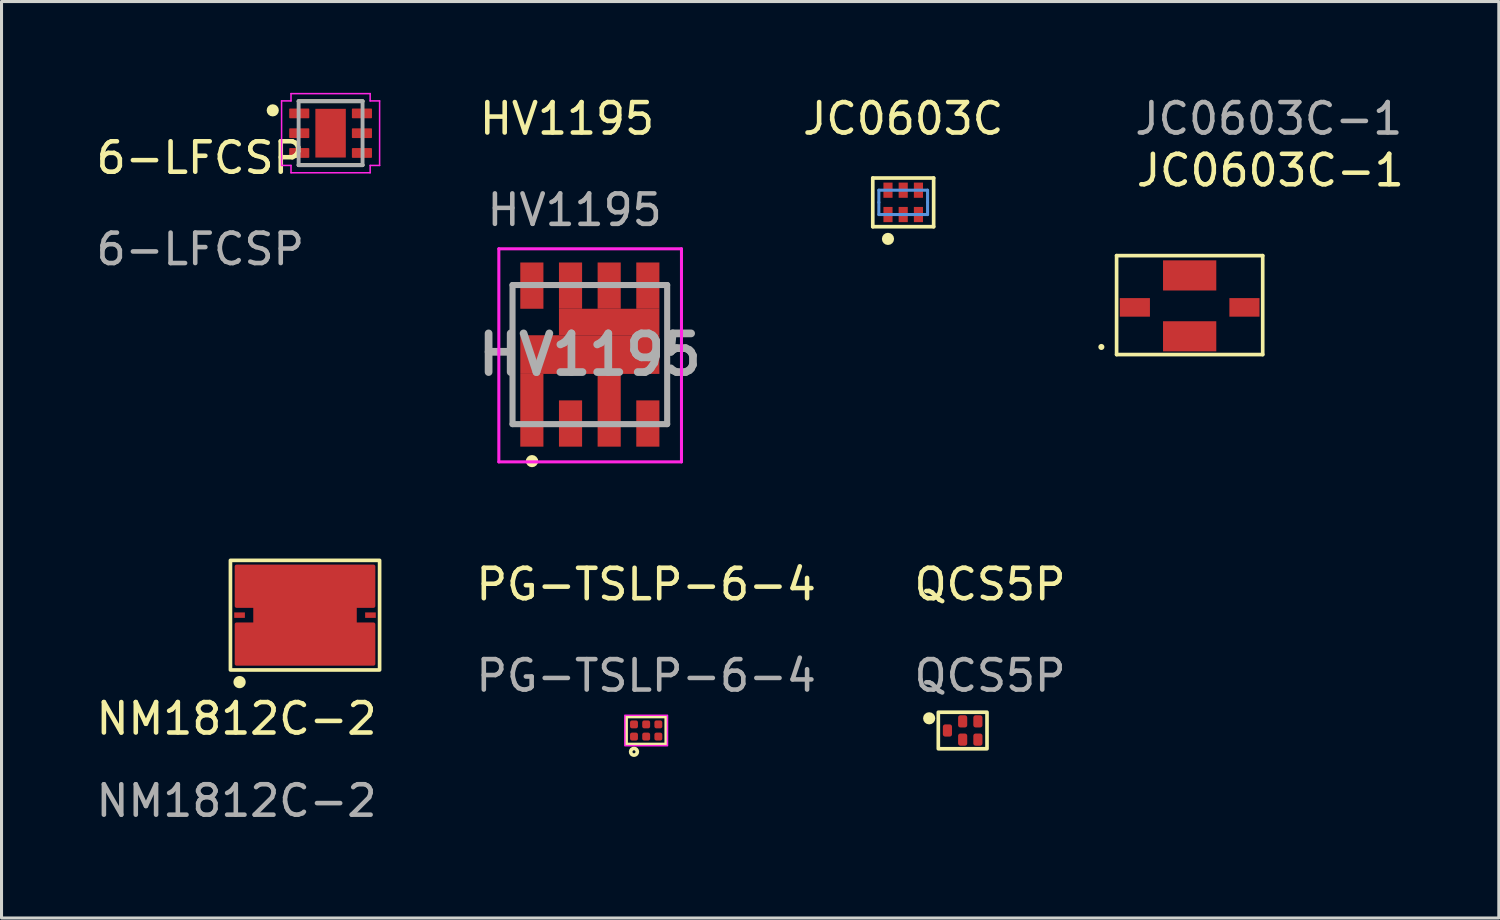
<source format=kicad_pcb>
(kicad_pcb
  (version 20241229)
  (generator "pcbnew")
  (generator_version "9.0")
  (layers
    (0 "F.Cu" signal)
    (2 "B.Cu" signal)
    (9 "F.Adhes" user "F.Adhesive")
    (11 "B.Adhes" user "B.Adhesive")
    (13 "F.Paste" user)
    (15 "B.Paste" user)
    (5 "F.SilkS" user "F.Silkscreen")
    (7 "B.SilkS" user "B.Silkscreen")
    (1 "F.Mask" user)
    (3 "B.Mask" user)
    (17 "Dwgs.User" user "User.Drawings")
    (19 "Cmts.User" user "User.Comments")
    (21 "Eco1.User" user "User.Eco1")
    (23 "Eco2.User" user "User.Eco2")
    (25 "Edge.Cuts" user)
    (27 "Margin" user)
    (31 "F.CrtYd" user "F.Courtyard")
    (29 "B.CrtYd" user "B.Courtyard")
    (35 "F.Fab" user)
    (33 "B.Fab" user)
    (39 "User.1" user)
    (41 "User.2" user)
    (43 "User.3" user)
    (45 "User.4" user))
  (footprint "NM1812C-2"
    (layer "F.Cu")
    (at 4.72 20.758)
    (property "Reference" "NM1812C-2" (at 0 -0.2 0) (unlocked yes) (layer "F.SilkS") (effects (font (size 1 1) (thickness 0.15))))
    (attr smd)
    (fp_poly (pts (xy 4.5 -3.9) (xy 3.89 -3.9) (xy 3.89 -3.3) (xy 4.5 -3.3) (xy 4.5 -2) (xy 0 -2) (xy 0 -3.3) (xy 0.61 -3.3) (xy 0.61 -3.9) (xy 0 -3.9) (xy 0 -5.2) (xy 4.5 -5.2)) (stroke (width 0.12) (type solid)) (fill yes) (layer "F.Cu"))
    (fp_rect (start -0.2 -1.8) (end 4.7 -5.4) (stroke (width 0.12) (type solid)) (fill no) (layer "F.SilkS"))
    (fp_circle (center 0.1 -1.4) (end 0.241 -1.4) (stroke (width 0.12) (type solid)) (fill yes) (layer "F.SilkS"))
    (fp_text user "${REFERENCE}" (at 0 2.5 0) (unlocked yes) (layer "F.Fab") (effects (font (size 1 1) (thickness 0.15))))
    (pad "1" smd rect (at 0.1 -3.6) (size 0.35 0.18) (layers "F.Cu" "F.Mask" "F.Paste"))
    (pad "2" smd rect (at 4.4 -3.6) (size 0.35 0.18) (layers "F.Cu" "F.Mask" "F.Paste"))
    (pad "3" smd roundrect (at 2.2 -3.6) (size 0.35 0.18) (layers "F.Cu" "F.Mask" "F.Paste") (roundrect_rratio 0.25)))
  (footprint "JC0603C"
    (layer "F.Cu")
    (at 26.621 3.598)
    (property "Reference" "JC0603C" (at 0 -2.75 180) (layer "F.SilkS") (effects (font (size 1 1) (thickness 0.15))))
    (attr through_hole)
    (fp_line (start -1 -0.8) (end -1 0.8) (stroke (width 0.12) (type solid)) (layer "F.SilkS"))
    (fp_line (start -1 0.8) (end 1 0.8) (stroke (width 0.12) (type solid)) (layer "F.SilkS"))
    (fp_line (start 1 -0.8) (end -1 -0.8) (stroke (width 0.12) (type solid)) (layer "F.SilkS"))
    (fp_line (start 1 0.8) (end 1 -0.8) (stroke (width 0.12) (type solid)) (layer "F.SilkS"))
    (fp_circle (center -0.5 1.2) (end -0.4 1.2) (stroke (width 0.2) (type solid)) (fill no) (layer "F.SilkS"))
    (fp_line (start -0.8 -0.4) (end 0.8 -0.4) (stroke (width 0.1) (type solid)) (layer "Cmts.User"))
    (fp_line (start -0.8 0) (end -0.8 -0.4) (stroke (width 0.1) (type solid)) (layer "Cmts.User"))
    (fp_line (start -0.8 0.4) (end -0.8 0) (stroke (width 0.1) (type solid)) (layer "Cmts.User"))
    (fp_line (start -0.8 0.4) (end 0.8 0.4) (stroke (width 0.1) (type solid)) (layer "Cmts.User"))
    (fp_line (start 0.8 0) (end 0.8 -0.4) (stroke (width 0.1) (type solid)) (layer "Cmts.User"))
    (fp_line (start 0.8 0.4) (end 0.8 0) (stroke (width 0.1) (type solid)) (layer "Cmts.User"))
    (pad "1" smd rect (at -0.5 0.4) (size 0.3 0.5) (layers "F.Cu" "F.Mask" "F.Paste"))
    (pad "2" smd rect (at 0 0.4) (size 0.3 0.5) (layers "F.Cu" "F.Mask" "F.Paste"))
    (pad "3" smd rect (at 0.5 0.4) (size 0.3 0.5) (layers "F.Cu" "F.Mask" "F.Paste"))
    (pad "4" smd rect (at 0.5 -0.4) (size 0.3 0.5) (layers "F.Cu" "F.Mask" "F.Paste"))
    (pad "5" smd rect (at 0 -0.4) (size 0.3 0.5) (layers "F.Cu" "F.Mask" "F.Paste"))
    (pad "6" smd rect (at -0.5 -0.4) (size 0.3 0.5) (layers "F.Cu" "F.Mask" "F.Paste")))
  (footprint "PG-TSLP-6-4"
    (layer "F.Cu")
    (at 18.177 20.947)
    (property "Reference" "PG-TSLP-6-4" (at 0 -4.8 0) (unlocked yes) (layer "F.SilkS") (effects (font (size 1 1) (thickness 0.15))))
    (attr smd)
    (fp_rect (start -0.65 -0.45) (end 0.65 0.45) (stroke (width 0.1) (type solid)) (fill no) (layer "F.SilkS"))
    (fp_circle (center -0.4 0.7) (end -0.45 0.7) (stroke (width 0.12) (type solid)) (fill no) (layer "F.SilkS"))
    (fp_rect (start -0.7 -0.5) (end 0.7 0.5) (stroke (width 0.05) (type solid)) (fill no) (layer "F.CrtYd"))
    (fp_text user "${REFERENCE}" (at 0 -1.8 0) (unlocked yes) (layer "F.Fab") (effects (font (size 1 1) (thickness 0.15))))
    (pad "1" smd roundrect (at -0.4 0.2) (size 0.26 0.26) (layers "F.Cu" "F.Mask" "F.Paste") (roundrect_rratio 0.25))
    (pad "2" smd roundrect (at 0 0.2 90) (size 0.26 0.26) (layers "F.Cu" "F.Mask" "F.Paste") (roundrect_rratio 0.25))
    (pad "3" smd roundrect (at 0.4 0.2 90) (size 0.26 0.26) (layers "F.Cu" "F.Mask" "F.Paste") (roundrect_rratio 0.25))
    (pad "4" smd roundrect (at 0.4 -0.2 90) (size 0.26 0.26) (layers "F.Cu" "F.Mask" "F.Paste") (roundrect_rratio 0.25))
    (pad "5" smd roundrect (at 0 -0.2 90) (size 0.26 0.26) (layers "F.Cu" "F.Mask" "F.Paste") (roundrect_rratio 0.25))
    (pad "6" smd roundrect (at -0.4 -0.2 270) (size 0.26 0.26) (layers "F.Cu" "F.Mask" "F.Paste") (roundrect_rratio 0.25)))
  (footprint "6-LFCSP"
    (layer "F.Cu")
    (at 3.53 2.636)
    (property "Reference" "6-LFCSP" (at 0 -0.5 0) (unlocked yes) (layer "F.SilkS") (effects (font (size 1 1) (thickness 0.15))))
    (attr smd)
    (fp_line (start 3.23 -2.361) (end 5.33 -2.361) (stroke (width 0.127) (type solid)) (layer "F.SilkS"))
    (fp_line (start 5.33 -0.261) (end 3.23 -0.261) (stroke (width 0.127) (type solid)) (layer "F.SilkS"))
    (fp_circle (center 2.38 -2.061) (end 2.48 -2.061) (stroke (width 0.2) (type solid)) (fill no) (layer "F.SilkS"))
    (fp_poly (pts (xy 3.959 -1.821) (xy 4.6 -1.821) (xy 4.6 -0.8) (xy 3.959 -0.8)) (stroke (width 0.01) (type solid)) (fill yes) (layer "F.Paste"))
    (fp_line (start 2.67 -2.371) (end 2.98 -2.371) (stroke (width 0.05) (type solid)) (layer "F.CrtYd"))
    (fp_line (start 2.67 -0.251) (end 2.67 -2.371) (stroke (width 0.05) (type solid)) (layer "F.CrtYd"))
    (fp_line (start 2.98 -2.611) (end 5.58 -2.611) (stroke (width 0.05) (type solid)) (layer "F.CrtYd"))
    (fp_line (start 2.98 -2.371) (end 2.98 -2.611) (stroke (width 0.05) (type solid)) (layer "F.CrtYd"))
    (fp_line (start 2.98 -0.251) (end 2.67 -0.251) (stroke (width 0.05) (type solid)) (layer "F.CrtYd"))
    (fp_line (start 2.98 -0.011) (end 2.98 -0.251) (stroke (width 0.05) (type solid)) (layer "F.CrtYd"))
    (fp_line (start 5.58 -2.611) (end 5.58 -2.371) (stroke (width 0.05) (type solid)) (layer "F.CrtYd"))
    (fp_line (start 5.58 -2.371) (end 5.89 -2.371) (stroke (width 0.05) (type solid)) (layer "F.CrtYd"))
    (fp_line (start 5.58 -0.251) (end 5.58 -0.011) (stroke (width 0.05) (type solid)) (layer "F.CrtYd"))
    (fp_line (start 5.58 -0.011) (end 2.98 -0.011) (stroke (width 0.05) (type solid)) (layer "F.CrtYd"))
    (fp_line (start 5.89 -2.371) (end 5.89 -0.251) (stroke (width 0.05) (type solid)) (layer "F.CrtYd"))
    (fp_line (start 5.89 -0.251) (end 5.58 -0.251) (stroke (width 0.05) (type solid)) (layer "F.CrtYd"))
    (fp_line (start 3.23 -2.361) (end 5.33 -2.361) (stroke (width 0.127) (type solid)) (layer "F.Fab"))
    (fp_line (start 3.23 -0.261) (end 3.23 -2.361) (stroke (width 0.127) (type solid)) (layer "F.Fab"))
    (fp_line (start 5.33 -2.361) (end 5.33 -0.261) (stroke (width 0.127) (type solid)) (layer "F.Fab"))
    (fp_line (start 5.33 -0.261) (end 3.23 -0.261) (stroke (width 0.127) (type solid)) (layer "F.Fab"))
    (fp_text user "${REFERENCE}" (at 0 2.5 0) (unlocked yes) (layer "F.Fab") (effects (font (size 1 1) (thickness 0.15))))
    (pad "1" smd roundrect (at 3.25 -1.961 90) (size 0.32 0.66) (layers "F.Cu" "F.Mask" "F.Paste") (roundrect_rratio 0.08))
    (pad "2" smd roundrect (at 3.25 -1.311 90) (size 0.32 0.66) (layers "F.Cu" "F.Mask" "F.Paste") (roundrect_rratio 0.08))
    (pad "3" smd roundrect (at 3.25 -0.661 90) (size 0.32 0.66) (layers "F.Cu" "F.Mask" "F.Paste") (roundrect_rratio 0.08))
    (pad "4" smd roundrect (at 5.31 -0.661 90) (size 0.32 0.66) (layers "F.Cu" "F.Mask" "F.Paste") (roundrect_rratio 0.08))
    (pad "5" smd roundrect (at 5.31 -1.311 90) (size 0.32 0.66) (layers "F.Cu" "F.Mask" "F.Paste") (roundrect_rratio 0.08))
    (pad "6" smd rect (at 4.28 -1.311 90) (size 1.6 1) (layers "F.Cu" "F.Mask"))
    (pad "6" smd roundrect (at 5.31 -1.961 90) (size 0.32 0.66) (layers "F.Cu" "F.Mask" "F.Paste") (roundrect_rratio 0.08)))
  (footprint "HV1195"
    (layer "F.Cu")
    (at 16.327 8.598)
    (property "Reference" "HV1195" (at -0.75 -7.75 0) (unlocked yes) (layer "F.SilkS") (effects (font (size 1 1) (thickness 0.15))))
    (attr smd)
    (fp_line (start -2.54 -2.285) (end -2.54 2.265) (stroke (width 0.1) (type solid)) (layer "F.SilkS"))
    (fp_line (start -1.8 3.5) (end -1.8 3.5) (stroke (width 0.2) (type solid)) (layer "F.SilkS"))
    (fp_line (start 2.54 -2.285) (end 2.54 2.265) (stroke (width 0.1) (type solid)) (layer "F.SilkS"))
    (fp_arc (start -2 3.5) (mid -1.9 3.4) (end -1.8 3.5) (stroke (width 0.2) (type solid)) (layer "F.SilkS"))
    (fp_arc (start -1.8 3.5) (mid -1.9 3.6) (end -2 3.5) (stroke (width 0.2) (type solid)) (layer "F.SilkS"))
    (fp_line (start -2.99 -3.475) (end 3.01 -3.475) (stroke (width 0.1) (type solid)) (layer "F.CrtYd"))
    (fp_line (start -2.99 3.525) (end -2.99 -3.475) (stroke (width 0.1) (type solid)) (layer "F.CrtYd"))
    (fp_line (start 3.01 -3.475) (end 3.01 3.525) (stroke (width 0.1) (type solid)) (layer "F.CrtYd"))
    (fp_line (start 3.01 3.525) (end -2.99 3.525) (stroke (width 0.1) (type solid)) (layer "F.CrtYd"))
    (fp_line (start -2.54 -2.285) (end 2.54 -2.285) (stroke (width 0.2) (type solid)) (layer "F.Fab"))
    (fp_line (start -2.54 2.285) (end -2.54 -2.285) (stroke (width 0.2) (type solid)) (layer "F.Fab"))
    (fp_line (start 2.54 -2.285) (end 2.54 2.285) (stroke (width 0.2) (type solid)) (layer "F.Fab"))
    (fp_line (start 2.54 2.285) (end -2.54 2.285) (stroke (width 0.2) (type solid)) (layer "F.Fab"))
    (fp_text user "${REFERENCE}" (at -0.5 -4.75 0) (unlocked yes) (layer "F.Fab") (effects (font (size 1 1) (thickness 0.15))))
    (fp_text user "${REFERENCE}" (at 0 0 0) (layer "F.Fab") (effects (font (size 1.27 1.27) (thickness 0.254))))
    (pad "1" smd rect (at -1.905 1.83) (size 0.76 2.39) (layers "F.Cu" "F.Mask" "F.Paste"))
    (pad "1" smd rect (at -0.635 -2.265) (size 0.76 1.52) (layers "F.Cu" "F.Mask" "F.Paste"))
    (pad "1" smd rect (at 0 0 90) (size 1.27 4.57) (layers "F.Cu" "F.Mask" "F.Paste"))
    (pad "1" smd rect (at 0.635 -2.265) (size 0.76 1.52) (layers "F.Cu" "F.Mask" "F.Paste"))
    (pad "1" smd rect (at 0.635 -1.07 90) (size 0.87 3.3) (layers "F.Cu" "F.Mask" "F.Paste"))
    (pad "1" smd rect (at 0.635 1.83) (size 0.76 2.39) (layers "F.Cu" "F.Mask" "F.Paste"))
    (pad "1" smd rect (at 1.905 -2.265) (size 0.76 1.52) (layers "F.Cu" "F.Mask" "F.Paste"))
    (pad "2" smd rect (at -0.635 2.265) (size 0.76 1.52) (layers "F.Cu" "F.Mask" "F.Paste"))
    (pad "4" smd rect (at 1.905 2.265) (size 0.76 1.52) (layers "F.Cu" "F.Mask" "F.Paste"))
    (pad "8" smd rect (at -1.905 -2.265) (size 0.76 1.52) (layers "F.Cu" "F.Mask" "F.Paste")))
  (footprint "QCS5P"
    (layer "F.Cu")
    (at 27.874 21.447)
    (property "Reference" "QCS5P" (at 1.6 -5.3 0) (unlocked yes) (layer "F.SilkS") (effects (font (size 1 1) (thickness 0.15))))
    (attr smd)
    (fp_rect (start -0.1 0.1) (end 1.5 -1.1) (stroke (width 0.12) (type solid)) (fill no) (layer "F.SilkS"))
    (fp_circle (center -0.4 -0.9) (end -0.4 -0.9) (stroke (width 0.2) (type solid)) (fill no) (layer "F.SilkS"))
    (fp_text user "${REFERENCE}" (at 1.6 -2.3 0) (unlocked yes) (layer "F.Fab") (effects (font (size 1 1) (thickness 0.15))))
    (pad "1" smd roundrect (at 0.2 -0.5) (size 0.3 0.4) (layers "F.Cu" "F.Mask" "F.Paste") (roundrect_rratio 0.25))
    (pad "2" smd roundrect (at 0.7 -0.2) (size 0.3 0.4) (layers "F.Cu" "F.Mask" "F.Paste") (roundrect_rratio 0.25))
    (pad "3" smd roundrect (at 1.2 -0.2) (size 0.3 0.4) (layers "F.Cu" "F.Mask" "F.Paste") (roundrect_rratio 0.25))
    (pad "4" smd roundrect (at 1.2 -0.8) (size 0.3 0.4) (layers "F.Cu" "F.Mask" "F.Paste") (roundrect_rratio 0.25))
    (pad "5" smd roundrect (at 0.7 -0.8) (size 0.3 0.4) (layers "F.Cu" "F.Mask" "F.Paste") (roundrect_rratio 0.25)))
  (footprint "JC0603C-1"
    (layer "F.Cu")
    (at 36.031 6.998)
    (property "Reference" "JC0603C-1" (at 2.65 -4.45 0) (unlocked yes) (layer "F.SilkS") (effects (font (size 1 1) (thickness 0.15))))
    (attr smd)
    (fp_line (start -2.9 1.35) (end -2.9 1.35) (stroke (width 0.2) (type solid)) (layer "F.SilkS"))
    (fp_line (start -2.4 -1.65) (end -2.4 1.6) (stroke (width 0.12) (type solid)) (layer "F.SilkS"))
    (fp_line (start -2.4 1.6) (end 2.4 1.6) (stroke (width 0.12) (type solid)) (layer "F.SilkS"))
    (fp_line (start 2.4 -1.65) (end -2.4 -1.65) (stroke (width 0.12) (type solid)) (layer "F.SilkS"))
    (fp_line (start 2.4 1.6) (end 2.4 -1.65) (stroke (width 0.12) (type solid)) (layer "F.SilkS"))
    (fp_text user "${REFERENCE}" (at 2.6 -6.15 0) (unlocked yes) (layer "F.Fab") (effects (font (size 1 1) (thickness 0.15))))
    (pad "1" smd rect (at -1.8 0.05) (size 0.99 0.61) (layers "F.Cu" "F.Mask" "F.Paste"))
    (pad "2" smd rect (at 0 1) (size 1.75 0.99) (layers "F.Cu" "F.Mask" "F.Paste"))
    (pad "3" smd rect (at 1.8 0.05) (size 0.99 0.61) (layers "F.Cu" "F.Mask" "F.Paste"))
    (pad "4" smd rect (at 0 -1) (size 1.75 0.99) (layers "F.Cu" "F.Mask" "F.Paste")))
  (gr_rect
    (start -3 -3)
    (end 46.187 27.107)
    (stroke (width 0.1) (type default))
    (fill no)
    (layer "Edge.Cuts")))
</source>
